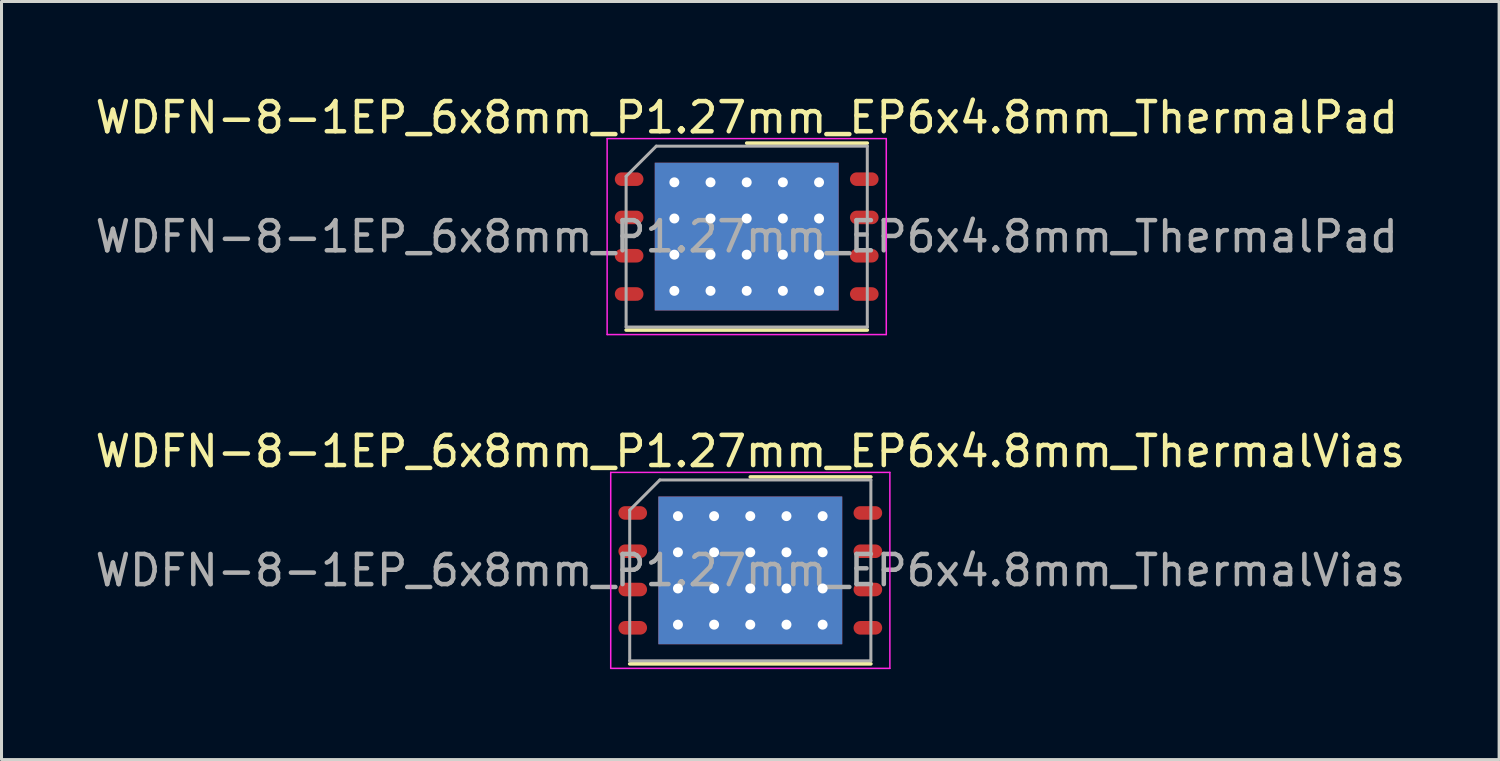
<source format=kicad_pcb>
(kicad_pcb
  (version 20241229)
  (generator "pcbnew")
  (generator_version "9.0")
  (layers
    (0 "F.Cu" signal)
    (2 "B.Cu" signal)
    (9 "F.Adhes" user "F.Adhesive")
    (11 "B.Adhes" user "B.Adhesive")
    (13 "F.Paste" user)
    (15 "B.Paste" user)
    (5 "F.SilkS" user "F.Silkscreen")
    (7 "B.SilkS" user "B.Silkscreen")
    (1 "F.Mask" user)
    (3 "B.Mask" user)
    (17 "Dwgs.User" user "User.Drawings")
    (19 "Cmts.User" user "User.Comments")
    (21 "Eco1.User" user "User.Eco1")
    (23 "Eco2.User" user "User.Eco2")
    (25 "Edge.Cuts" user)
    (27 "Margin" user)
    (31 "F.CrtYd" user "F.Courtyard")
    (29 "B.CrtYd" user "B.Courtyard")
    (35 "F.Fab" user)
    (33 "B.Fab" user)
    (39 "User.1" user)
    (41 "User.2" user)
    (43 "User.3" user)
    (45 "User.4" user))
  (footprint "WDFN-8-1EP_6x8mm_P1.27mm_EP6x4.8mm_ThermalPad"
    (layer "F.Cu")
    (at 21.72 4.798)
    (property "Reference" "WDFN-8-1EP_6x8mm_P1.27mm_EP6x4.8mm_ThermalPad" (at 0 -3.95 0) (layer "F.SilkS") (effects (font (size 1 1) (thickness 0.15))))
    (attr smd)
    (fp_line (start -4 3.1) (end 4 3.1) (stroke (width 0.12) (type solid)) (layer "F.SilkS"))
    (fp_line (start 0 -3.1) (end 4 -3.1) (stroke (width 0.12) (type solid)) (layer "F.SilkS"))
    (fp_line (start -4.63 -3.25) (end -4.63 3.25) (stroke (width 0.05) (type solid)) (layer "F.CrtYd"))
    (fp_line (start -4.63 3.25) (end 4.63 3.25) (stroke (width 0.05) (type solid)) (layer "F.CrtYd"))
    (fp_line (start 4.63 -3.25) (end -4.63 -3.25) (stroke (width 0.05) (type solid)) (layer "F.CrtYd"))
    (fp_line (start 4.63 3.25) (end 4.63 -3.25) (stroke (width 0.05) (type solid)) (layer "F.CrtYd"))
    (fp_line (start -4 -2) (end -3 -3) (stroke (width 0.1) (type solid)) (layer "F.Fab"))
    (fp_line (start -4 3) (end -4 -2) (stroke (width 0.1) (type solid)) (layer "F.Fab"))
    (fp_line (start -3 -3) (end 4 -3) (stroke (width 0.1) (type solid)) (layer "F.Fab"))
    (fp_line (start 4 -3) (end 4 3) (stroke (width 0.1) (type solid)) (layer "F.Fab"))
    (fp_line (start 4 3) (end -4 3) (stroke (width 0.1) (type solid)) (layer "F.Fab"))
    (fp_text user "${REFERENCE}" (at 0 0 0) (layer "F.Fab") (effects (font (size 1 1) (thickness 0.15))))
    (pad "" smd roundrect (at -1.7 -1) (size 1.37 1.61) (layers "F.Paste") (roundrect_rratio 0.182))
    (pad "" smd roundrect (at -1.7 1) (size 1.37 1.61) (layers "F.Paste") (roundrect_rratio 0.182))
    (pad "" smd roundrect (at 0 -1) (size 1.37 1.61) (layers "F.Paste") (roundrect_rratio 0.182))
    (pad "" smd roundrect (at 0 1) (size 1.37 1.61) (layers "F.Paste") (roundrect_rratio 0.182))
    (pad "" smd roundrect (at 1.7 -1) (size 1.37 1.61) (layers "F.Paste") (roundrect_rratio 0.182))
    (pad "" smd roundrect (at 1.7 1) (size 1.37 1.61) (layers "F.Paste") (roundrect_rratio 0.182))
    (pad "1" smd oval (at -3.9 -1.905) (size 0.95 0.45) (layers "F.Cu" "F.Mask" "F.Paste"))
    (pad "2" smd oval (at -3.9 -0.635) (size 0.95 0.45) (layers "F.Cu" "F.Mask" "F.Paste"))
    (pad "3" smd oval (at -3.9 0.635) (size 0.95 0.45) (layers "F.Cu" "F.Mask" "F.Paste"))
    (pad "4" smd oval (at -3.9 1.905) (size 0.95 0.45) (layers "F.Cu" "F.Mask" "F.Paste"))
    (pad "5" smd oval (at 3.9 1.905) (size 0.95 0.45) (layers "F.Cu" "F.Mask" "F.Paste"))
    (pad "6" smd oval (at 3.9 0.635) (size 0.95 0.45) (layers "F.Cu" "F.Mask" "F.Paste"))
    (pad "7" smd oval (at 3.9 -0.635) (size 0.95 0.45) (layers "F.Cu" "F.Mask" "F.Paste"))
    (pad "8" smd oval (at 3.9 -1.905) (size 0.95 0.45) (layers "F.Cu" "F.Mask" "F.Paste"))
    (pad "9" thru_hole circle (at -2.4 -1.8) (size 0.5 0.5) (drill 0.33) (layers "*.Cu" "*.Mask"))
    (pad "9" thru_hole circle (at -2.4 -0.6) (size 0.5 0.5) (drill 0.33) (layers "*.Cu" "*.Mask"))
    (pad "9" thru_hole circle (at -2.4 0.6) (size 0.5 0.5) (drill 0.33) (layers "*.Cu" "*.Mask"))
    (pad "9" thru_hole circle (at -2.4 1.8) (size 0.5 0.5) (drill 0.33) (layers "*.Cu" "*.Mask"))
    (pad "9" thru_hole circle (at -1.2 -1.8) (size 0.5 0.5) (drill 0.33) (layers "*.Cu" "*.Mask"))
    (pad "9" thru_hole circle (at -1.2 -0.6) (size 0.5 0.5) (drill 0.33) (layers "*.Cu" "*.Mask"))
    (pad "9" thru_hole circle (at -1.2 0.6) (size 0.5 0.5) (drill 0.33) (layers "*.Cu" "*.Mask"))
    (pad "9" thru_hole circle (at -1.2 1.8) (size 0.5 0.5) (drill 0.33) (layers "*.Cu" "*.Mask"))
    (pad "9" thru_hole circle (at 0 -1.8) (size 0.5 0.5) (drill 0.33) (layers "*.Cu" "*.Mask"))
    (pad "9" thru_hole circle (at 0 -0.6) (size 0.5 0.5) (drill 0.33) (layers "*.Cu" "*.Mask"))
    (pad "9" smd rect (at 0 0) (size 6.1 4.9) (layers "F.Cu" "F.Mask"))
    (pad "9" smd rect (at 0 0) (size 6.1 4.9) (layers "B.Cu"))
    (pad "9" thru_hole circle (at 0 0.6) (size 0.5 0.5) (drill 0.33) (layers "*.Cu" "*.Mask"))
    (pad "9" thru_hole circle (at 0 1.8) (size 0.5 0.5) (drill 0.33) (layers "*.Cu" "*.Mask"))
    (pad "9" thru_hole circle (at 1.2 -1.8) (size 0.5 0.5) (drill 0.33) (layers "*.Cu" "*.Mask"))
    (pad "9" thru_hole circle (at 1.2 -0.6) (size 0.5 0.5) (drill 0.33) (layers "*.Cu" "*.Mask"))
    (pad "9" thru_hole circle (at 1.2 0.6) (size 0.5 0.5) (drill 0.33) (layers "*.Cu" "*.Mask"))
    (pad "9" thru_hole circle (at 1.2 1.8) (size 0.5 0.5) (drill 0.33) (layers "*.Cu" "*.Mask"))
    (pad "9" thru_hole circle (at 2.4 -1.8) (size 0.5 0.5) (drill 0.33) (layers "*.Cu" "*.Mask"))
    (pad "9" thru_hole circle (at 2.4 -0.6) (size 0.5 0.5) (drill 0.33) (layers "*.Cu" "*.Mask"))
    (pad "9" thru_hole circle (at 2.4 0.6) (size 0.5 0.5) (drill 0.33) (layers "*.Cu" "*.Mask"))
    (pad "9" thru_hole circle (at 2.4 1.8) (size 0.5 0.5) (drill 0.33) (layers "*.Cu" "*.Mask")))
  (footprint "WDFN-8-1EP_6x8mm_P1.27mm_EP6x4.8mm_ThermalVias"
    (layer "F.Cu")
    (at 21.839 15.871)
    (property "Reference" "WDFN-8-1EP_6x8mm_P1.27mm_EP6x4.8mm_ThermalVias" (at 0 -3.95 0) (layer "F.SilkS") (effects (font (size 1 1) (thickness 0.15))))
    (attr smd)
    (fp_line (start -4 3.1) (end 4 3.1) (stroke (width 0.12) (type solid)) (layer "F.SilkS"))
    (fp_line (start 0 -3.1) (end 4 -3.1) (stroke (width 0.12) (type solid)) (layer "F.SilkS"))
    (fp_line (start -4.63 -3.25) (end -4.63 3.25) (stroke (width 0.05) (type solid)) (layer "F.CrtYd"))
    (fp_line (start -4.63 3.25) (end 4.63 3.25) (stroke (width 0.05) (type solid)) (layer "F.CrtYd"))
    (fp_line (start 4.63 -3.25) (end -4.63 -3.25) (stroke (width 0.05) (type solid)) (layer "F.CrtYd"))
    (fp_line (start 4.63 3.25) (end 4.63 -3.25) (stroke (width 0.05) (type solid)) (layer "F.CrtYd"))
    (fp_line (start -4 -2) (end -3 -3) (stroke (width 0.1) (type solid)) (layer "F.Fab"))
    (fp_line (start -4 3) (end -4 -2) (stroke (width 0.1) (type solid)) (layer "F.Fab"))
    (fp_line (start -3 -3) (end 4 -3) (stroke (width 0.1) (type solid)) (layer "F.Fab"))
    (fp_line (start 4 -3) (end 4 3) (stroke (width 0.1) (type solid)) (layer "F.Fab"))
    (fp_line (start 4 3) (end -4 3) (stroke (width 0.1) (type solid)) (layer "F.Fab"))
    (fp_text user "${REFERENCE}" (at 0 0 0) (layer "F.Fab") (effects (font (size 1 1) (thickness 0.15))))
    (pad "" smd roundrect (at -1.7 -1) (size 1.37 1.61) (layers "F.Paste") (roundrect_rratio 0.182))
    (pad "" smd roundrect (at -1.7 1) (size 1.37 1.61) (layers "F.Paste") (roundrect_rratio 0.182))
    (pad "" smd roundrect (at 0 -1) (size 1.37 1.61) (layers "F.Paste") (roundrect_rratio 0.182))
    (pad "" smd roundrect (at 0 1) (size 1.37 1.61) (layers "F.Paste") (roundrect_rratio 0.182))
    (pad "" smd roundrect (at 1.7 -1) (size 1.37 1.61) (layers "F.Paste") (roundrect_rratio 0.182))
    (pad "" smd roundrect (at 1.7 1) (size 1.37 1.61) (layers "F.Paste") (roundrect_rratio 0.182))
    (pad "1" smd oval (at -3.9 -1.905) (size 0.95 0.45) (layers "F.Cu" "F.Mask" "F.Paste"))
    (pad "2" smd oval (at -3.9 -0.635) (size 0.95 0.45) (layers "F.Cu" "F.Mask" "F.Paste"))
    (pad "3" smd oval (at -3.9 0.635) (size 0.95 0.45) (layers "F.Cu" "F.Mask" "F.Paste"))
    (pad "4" smd oval (at -3.9 1.905) (size 0.95 0.45) (layers "F.Cu" "F.Mask" "F.Paste"))
    (pad "5" smd oval (at 3.9 1.905) (size 0.95 0.45) (layers "F.Cu" "F.Mask" "F.Paste"))
    (pad "6" smd oval (at 3.9 0.635) (size 0.95 0.45) (layers "F.Cu" "F.Mask" "F.Paste"))
    (pad "7" smd oval (at 3.9 -0.635) (size 0.95 0.45) (layers "F.Cu" "F.Mask" "F.Paste"))
    (pad "8" smd oval (at 3.9 -1.905) (size 0.95 0.45) (layers "F.Cu" "F.Mask" "F.Paste"))
    (pad "9" thru_hole circle (at -2.4 -1.8) (size 0.7 0.7) (drill 0.33) (layers "*.Cu"))
    (pad "9" thru_hole circle (at -2.4 -0.6) (size 0.7 0.7) (drill 0.33) (layers "*.Cu"))
    (pad "9" thru_hole circle (at -2.4 0.6) (size 0.7 0.7) (drill 0.33) (layers "*.Cu"))
    (pad "9" thru_hole circle (at -2.4 1.8) (size 0.7 0.7) (drill 0.33) (layers "*.Cu"))
    (pad "9" thru_hole circle (at -1.2 -1.8) (size 0.7 0.7) (drill 0.33) (layers "*.Cu"))
    (pad "9" thru_hole circle (at -1.2 -0.6) (size 0.7 0.7) (drill 0.33) (layers "*.Cu"))
    (pad "9" thru_hole circle (at -1.2 0.6) (size 0.7 0.7) (drill 0.33) (layers "*.Cu"))
    (pad "9" thru_hole circle (at -1.2 1.8) (size 0.7 0.7) (drill 0.33) (layers "*.Cu"))
    (pad "9" thru_hole circle (at 0 -1.8) (size 0.7 0.7) (drill 0.33) (layers "*.Cu"))
    (pad "9" thru_hole circle (at 0 -0.6) (size 0.7 0.7) (drill 0.33) (layers "*.Cu"))
    (pad "9" smd rect (at 0 0) (size 6.1 4.9) (layers "F.Cu" "F.Mask"))
    (pad "9" smd rect (at 0 0) (size 6.1 4.9) (layers "B.Cu"))
    (pad "9" thru_hole circle (at 0 0.6) (size 0.7 0.7) (drill 0.33) (layers "*.Cu"))
    (pad "9" thru_hole circle (at 0 1.8) (size 0.7 0.7) (drill 0.33) (layers "*.Cu"))
    (pad "9" thru_hole circle (at 1.2 -1.8) (size 0.7 0.7) (drill 0.33) (layers "*.Cu"))
    (pad "9" thru_hole circle (at 1.2 -0.6) (size 0.7 0.7) (drill 0.33) (layers "*.Cu"))
    (pad "9" thru_hole circle (at 1.2 0.6) (size 0.7 0.7) (drill 0.33) (layers "*.Cu"))
    (pad "9" thru_hole circle (at 1.2 1.8) (size 0.7 0.7) (drill 0.33) (layers "*.Cu"))
    (pad "9" thru_hole circle (at 2.4 -1.8) (size 0.7 0.7) (drill 0.33) (layers "*.Cu"))
    (pad "9" thru_hole circle (at 2.4 -0.6) (size 0.7 0.7) (drill 0.33) (layers "*.Cu"))
    (pad "9" thru_hole circle (at 2.4 0.6) (size 0.7 0.7) (drill 0.33) (layers "*.Cu"))
    (pad "9" thru_hole circle (at 2.4 1.8) (size 0.7 0.7) (drill 0.33) (layers "*.Cu")))
  (gr_rect
    (start -3 -3)
    (end 46.679 22.146)
    (stroke (width 0.1) (type default))
    (fill no)
    (layer "Edge.Cuts")))
</source>
